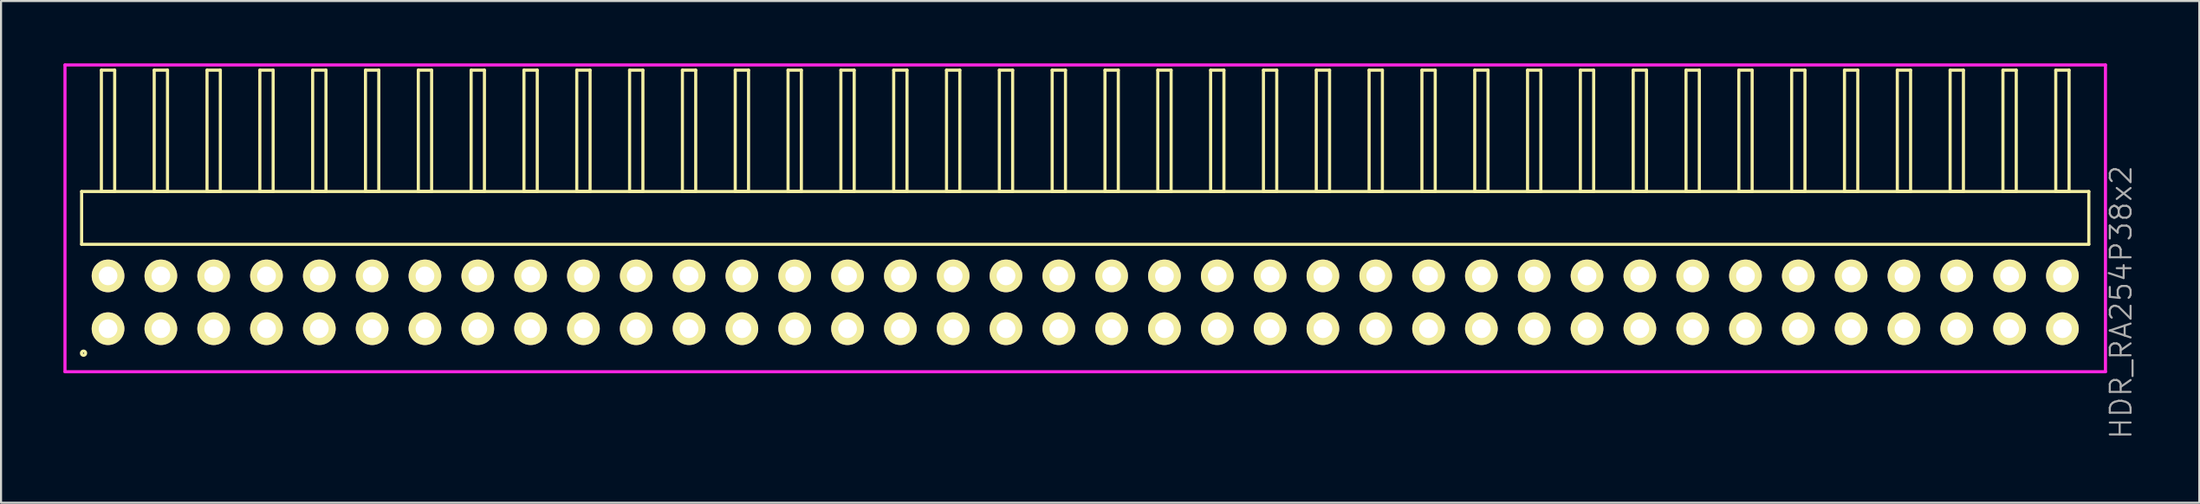
<source format=kicad_pcb>
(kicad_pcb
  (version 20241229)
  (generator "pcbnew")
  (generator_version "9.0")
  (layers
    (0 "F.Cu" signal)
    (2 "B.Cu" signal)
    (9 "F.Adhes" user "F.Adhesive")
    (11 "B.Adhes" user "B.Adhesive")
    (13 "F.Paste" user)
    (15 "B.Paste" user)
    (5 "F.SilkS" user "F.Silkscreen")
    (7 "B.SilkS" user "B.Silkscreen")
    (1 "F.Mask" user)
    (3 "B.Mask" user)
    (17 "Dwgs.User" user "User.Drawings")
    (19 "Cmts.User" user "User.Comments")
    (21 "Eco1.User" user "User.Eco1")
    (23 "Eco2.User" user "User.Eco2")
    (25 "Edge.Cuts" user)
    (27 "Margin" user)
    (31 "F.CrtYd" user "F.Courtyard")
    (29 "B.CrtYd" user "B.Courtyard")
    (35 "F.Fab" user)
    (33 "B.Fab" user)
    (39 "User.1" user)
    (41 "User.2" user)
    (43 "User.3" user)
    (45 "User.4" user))
  (footprint "HDR_RA254P38x2"
    (layer "F.Cu")
    (at 49.135 11.495)
    (property "Reference" "HDR_RA254P38x2" (at 49.81 0 90) (layer "F.Fab") (effects (font (size 1 1) (thickness 0.1))))
    (attr through_hole)
    (fp_line (start -48.26 -5.33) (end -48.26 -2.79) (stroke (width 0.15) (type solid)) (layer "F.SilkS"))
    (fp_line (start -48.26 -2.79) (end 48.26 -2.79) (stroke (width 0.15) (type solid)) (layer "F.SilkS"))
    (fp_line (start -47.31 -11.17) (end -47.31 -5.33) (stroke (width 0.15) (type solid)) (layer "F.SilkS"))
    (fp_line (start -47.31 -5.33) (end -46.67 -5.33) (stroke (width 0.15) (type solid)) (layer "F.SilkS"))
    (fp_line (start -46.67 -11.17) (end -47.31 -11.17) (stroke (width 0.15) (type solid)) (layer "F.SilkS"))
    (fp_line (start -46.67 -5.33) (end -46.67 -11.17) (stroke (width 0.15) (type solid)) (layer "F.SilkS"))
    (fp_line (start -44.77 -11.17) (end -44.77 -5.33) (stroke (width 0.15) (type solid)) (layer "F.SilkS"))
    (fp_line (start -44.77 -5.33) (end -44.13 -5.33) (stroke (width 0.15) (type solid)) (layer "F.SilkS"))
    (fp_line (start -44.13 -11.17) (end -44.77 -11.17) (stroke (width 0.15) (type solid)) (layer "F.SilkS"))
    (fp_line (start -44.13 -5.33) (end -44.13 -11.17) (stroke (width 0.15) (type solid)) (layer "F.SilkS"))
    (fp_line (start -42.23 -11.17) (end -42.23 -5.33) (stroke (width 0.15) (type solid)) (layer "F.SilkS"))
    (fp_line (start -42.23 -5.33) (end -41.59 -5.33) (stroke (width 0.15) (type solid)) (layer "F.SilkS"))
    (fp_line (start -41.59 -11.17) (end -42.23 -11.17) (stroke (width 0.15) (type solid)) (layer "F.SilkS"))
    (fp_line (start -41.59 -5.33) (end -41.59 -11.17) (stroke (width 0.15) (type solid)) (layer "F.SilkS"))
    (fp_line (start -39.69 -11.17) (end -39.69 -5.33) (stroke (width 0.15) (type solid)) (layer "F.SilkS"))
    (fp_line (start -39.69 -5.33) (end -39.05 -5.33) (stroke (width 0.15) (type solid)) (layer "F.SilkS"))
    (fp_line (start -39.05 -11.17) (end -39.69 -11.17) (stroke (width 0.15) (type solid)) (layer "F.SilkS"))
    (fp_line (start -39.05 -5.33) (end -39.05 -11.17) (stroke (width 0.15) (type solid)) (layer "F.SilkS"))
    (fp_line (start -37.15 -11.17) (end -37.15 -5.33) (stroke (width 0.15) (type solid)) (layer "F.SilkS"))
    (fp_line (start -37.15 -5.33) (end -36.51 -5.33) (stroke (width 0.15) (type solid)) (layer "F.SilkS"))
    (fp_line (start -36.51 -11.17) (end -37.15 -11.17) (stroke (width 0.15) (type solid)) (layer "F.SilkS"))
    (fp_line (start -36.51 -5.33) (end -36.51 -11.17) (stroke (width 0.15) (type solid)) (layer "F.SilkS"))
    (fp_line (start -34.61 -11.17) (end -34.61 -5.33) (stroke (width 0.15) (type solid)) (layer "F.SilkS"))
    (fp_line (start -34.61 -5.33) (end -33.97 -5.33) (stroke (width 0.15) (type solid)) (layer "F.SilkS"))
    (fp_line (start -33.97 -11.17) (end -34.61 -11.17) (stroke (width 0.15) (type solid)) (layer "F.SilkS"))
    (fp_line (start -33.97 -5.33) (end -33.97 -11.17) (stroke (width 0.15) (type solid)) (layer "F.SilkS"))
    (fp_line (start -32.07 -11.17) (end -32.07 -5.33) (stroke (width 0.15) (type solid)) (layer "F.SilkS"))
    (fp_line (start -32.07 -5.33) (end -31.43 -5.33) (stroke (width 0.15) (type solid)) (layer "F.SilkS"))
    (fp_line (start -31.43 -11.17) (end -32.07 -11.17) (stroke (width 0.15) (type solid)) (layer "F.SilkS"))
    (fp_line (start -31.43 -5.33) (end -31.43 -11.17) (stroke (width 0.15) (type solid)) (layer "F.SilkS"))
    (fp_line (start -29.53 -11.17) (end -29.53 -5.33) (stroke (width 0.15) (type solid)) (layer "F.SilkS"))
    (fp_line (start -29.53 -5.33) (end -28.89 -5.33) (stroke (width 0.15) (type solid)) (layer "F.SilkS"))
    (fp_line (start -28.89 -11.17) (end -29.53 -11.17) (stroke (width 0.15) (type solid)) (layer "F.SilkS"))
    (fp_line (start -28.89 -5.33) (end -28.89 -11.17) (stroke (width 0.15) (type solid)) (layer "F.SilkS"))
    (fp_line (start -26.99 -11.17) (end -26.99 -5.33) (stroke (width 0.15) (type solid)) (layer "F.SilkS"))
    (fp_line (start -26.99 -5.33) (end -26.35 -5.33) (stroke (width 0.15) (type solid)) (layer "F.SilkS"))
    (fp_line (start -26.35 -11.17) (end -26.99 -11.17) (stroke (width 0.15) (type solid)) (layer "F.SilkS"))
    (fp_line (start -26.35 -5.33) (end -26.35 -11.17) (stroke (width 0.15) (type solid)) (layer "F.SilkS"))
    (fp_line (start -24.45 -11.17) (end -24.45 -5.33) (stroke (width 0.15) (type solid)) (layer "F.SilkS"))
    (fp_line (start -24.45 -5.33) (end -23.81 -5.33) (stroke (width 0.15) (type solid)) (layer "F.SilkS"))
    (fp_line (start -23.81 -11.17) (end -24.45 -11.17) (stroke (width 0.15) (type solid)) (layer "F.SilkS"))
    (fp_line (start -23.81 -5.33) (end -23.81 -11.17) (stroke (width 0.15) (type solid)) (layer "F.SilkS"))
    (fp_line (start -21.91 -11.17) (end -21.91 -5.33) (stroke (width 0.15) (type solid)) (layer "F.SilkS"))
    (fp_line (start -21.91 -5.33) (end -21.27 -5.33) (stroke (width 0.15) (type solid)) (layer "F.SilkS"))
    (fp_line (start -21.27 -11.17) (end -21.91 -11.17) (stroke (width 0.15) (type solid)) (layer "F.SilkS"))
    (fp_line (start -21.27 -5.33) (end -21.27 -11.17) (stroke (width 0.15) (type solid)) (layer "F.SilkS"))
    (fp_line (start -19.37 -11.17) (end -19.37 -5.33) (stroke (width 0.15) (type solid)) (layer "F.SilkS"))
    (fp_line (start -19.37 -5.33) (end -18.73 -5.33) (stroke (width 0.15) (type solid)) (layer "F.SilkS"))
    (fp_line (start -18.73 -11.17) (end -19.37 -11.17) (stroke (width 0.15) (type solid)) (layer "F.SilkS"))
    (fp_line (start -18.73 -5.33) (end -18.73 -11.17) (stroke (width 0.15) (type solid)) (layer "F.SilkS"))
    (fp_line (start -16.83 -11.17) (end -16.83 -5.33) (stroke (width 0.15) (type solid)) (layer "F.SilkS"))
    (fp_line (start -16.83 -5.33) (end -16.19 -5.33) (stroke (width 0.15) (type solid)) (layer "F.SilkS"))
    (fp_line (start -16.19 -11.17) (end -16.83 -11.17) (stroke (width 0.15) (type solid)) (layer "F.SilkS"))
    (fp_line (start -16.19 -5.33) (end -16.19 -11.17) (stroke (width 0.15) (type solid)) (layer "F.SilkS"))
    (fp_line (start -14.29 -11.17) (end -14.29 -5.33) (stroke (width 0.15) (type solid)) (layer "F.SilkS"))
    (fp_line (start -14.29 -5.33) (end -13.65 -5.33) (stroke (width 0.15) (type solid)) (layer "F.SilkS"))
    (fp_line (start -13.65 -11.17) (end -14.29 -11.17) (stroke (width 0.15) (type solid)) (layer "F.SilkS"))
    (fp_line (start -13.65 -5.33) (end -13.65 -11.17) (stroke (width 0.15) (type solid)) (layer "F.SilkS"))
    (fp_line (start -11.75 -11.17) (end -11.75 -5.33) (stroke (width 0.15) (type solid)) (layer "F.SilkS"))
    (fp_line (start -11.75 -5.33) (end -11.11 -5.33) (stroke (width 0.15) (type solid)) (layer "F.SilkS"))
    (fp_line (start -11.11 -11.17) (end -11.75 -11.17) (stroke (width 0.15) (type solid)) (layer "F.SilkS"))
    (fp_line (start -11.11 -5.33) (end -11.11 -11.17) (stroke (width 0.15) (type solid)) (layer "F.SilkS"))
    (fp_line (start -9.21 -11.17) (end -9.21 -5.33) (stroke (width 0.15) (type solid)) (layer "F.SilkS"))
    (fp_line (start -9.21 -5.33) (end -8.57 -5.33) (stroke (width 0.15) (type solid)) (layer "F.SilkS"))
    (fp_line (start -8.57 -11.17) (end -9.21 -11.17) (stroke (width 0.15) (type solid)) (layer "F.SilkS"))
    (fp_line (start -8.57 -5.33) (end -8.57 -11.17) (stroke (width 0.15) (type solid)) (layer "F.SilkS"))
    (fp_line (start -6.67 -11.17) (end -6.67 -5.33) (stroke (width 0.15) (type solid)) (layer "F.SilkS"))
    (fp_line (start -6.67 -5.33) (end -6.03 -5.33) (stroke (width 0.15) (type solid)) (layer "F.SilkS"))
    (fp_line (start -6.03 -11.17) (end -6.67 -11.17) (stroke (width 0.15) (type solid)) (layer "F.SilkS"))
    (fp_line (start -6.03 -5.33) (end -6.03 -11.17) (stroke (width 0.15) (type solid)) (layer "F.SilkS"))
    (fp_line (start -4.13 -11.17) (end -4.13 -5.33) (stroke (width 0.15) (type solid)) (layer "F.SilkS"))
    (fp_line (start -4.13 -5.33) (end -3.49 -5.33) (stroke (width 0.15) (type solid)) (layer "F.SilkS"))
    (fp_line (start -3.49 -11.17) (end -4.13 -11.17) (stroke (width 0.15) (type solid)) (layer "F.SilkS"))
    (fp_line (start -3.49 -5.33) (end -3.49 -11.17) (stroke (width 0.15) (type solid)) (layer "F.SilkS"))
    (fp_line (start -1.59 -11.17) (end -1.59 -5.33) (stroke (width 0.15) (type solid)) (layer "F.SilkS"))
    (fp_line (start -1.59 -5.33) (end -0.95 -5.33) (stroke (width 0.15) (type solid)) (layer "F.SilkS"))
    (fp_line (start -0.95 -11.17) (end -1.59 -11.17) (stroke (width 0.15) (type solid)) (layer "F.SilkS"))
    (fp_line (start -0.95 -5.33) (end -0.95 -11.17) (stroke (width 0.15) (type solid)) (layer "F.SilkS"))
    (fp_line (start 0.95 -11.17) (end 0.95 -5.33) (stroke (width 0.15) (type solid)) (layer "F.SilkS"))
    (fp_line (start 0.95 -5.33) (end 1.59 -5.33) (stroke (width 0.15) (type solid)) (layer "F.SilkS"))
    (fp_line (start 1.59 -11.17) (end 0.95 -11.17) (stroke (width 0.15) (type solid)) (layer "F.SilkS"))
    (fp_line (start 1.59 -5.33) (end 1.59 -11.17) (stroke (width 0.15) (type solid)) (layer "F.SilkS"))
    (fp_line (start 3.49 -11.17) (end 3.49 -5.33) (stroke (width 0.15) (type solid)) (layer "F.SilkS"))
    (fp_line (start 3.49 -5.33) (end 4.13 -5.33) (stroke (width 0.15) (type solid)) (layer "F.SilkS"))
    (fp_line (start 4.13 -11.17) (end 3.49 -11.17) (stroke (width 0.15) (type solid)) (layer "F.SilkS"))
    (fp_line (start 4.13 -5.33) (end 4.13 -11.17) (stroke (width 0.15) (type solid)) (layer "F.SilkS"))
    (fp_line (start 6.03 -11.17) (end 6.03 -5.33) (stroke (width 0.15) (type solid)) (layer "F.SilkS"))
    (fp_line (start 6.03 -5.33) (end 6.67 -5.33) (stroke (width 0.15) (type solid)) (layer "F.SilkS"))
    (fp_line (start 6.67 -11.17) (end 6.03 -11.17) (stroke (width 0.15) (type solid)) (layer "F.SilkS"))
    (fp_line (start 6.67 -5.33) (end 6.67 -11.17) (stroke (width 0.15) (type solid)) (layer "F.SilkS"))
    (fp_line (start 8.57 -11.17) (end 8.57 -5.33) (stroke (width 0.15) (type solid)) (layer "F.SilkS"))
    (fp_line (start 8.57 -5.33) (end 9.21 -5.33) (stroke (width 0.15) (type solid)) (layer "F.SilkS"))
    (fp_line (start 9.21 -11.17) (end 8.57 -11.17) (stroke (width 0.15) (type solid)) (layer "F.SilkS"))
    (fp_line (start 9.21 -5.33) (end 9.21 -11.17) (stroke (width 0.15) (type solid)) (layer "F.SilkS"))
    (fp_line (start 11.11 -11.17) (end 11.11 -5.33) (stroke (width 0.15) (type solid)) (layer "F.SilkS"))
    (fp_line (start 11.11 -5.33) (end 11.75 -5.33) (stroke (width 0.15) (type solid)) (layer "F.SilkS"))
    (fp_line (start 11.75 -11.17) (end 11.11 -11.17) (stroke (width 0.15) (type solid)) (layer "F.SilkS"))
    (fp_line (start 11.75 -5.33) (end 11.75 -11.17) (stroke (width 0.15) (type solid)) (layer "F.SilkS"))
    (fp_line (start 13.65 -11.17) (end 13.65 -5.33) (stroke (width 0.15) (type solid)) (layer "F.SilkS"))
    (fp_line (start 13.65 -5.33) (end 14.29 -5.33) (stroke (width 0.15) (type solid)) (layer "F.SilkS"))
    (fp_line (start 14.29 -11.17) (end 13.65 -11.17) (stroke (width 0.15) (type solid)) (layer "F.SilkS"))
    (fp_line (start 14.29 -5.33) (end 14.29 -11.17) (stroke (width 0.15) (type solid)) (layer "F.SilkS"))
    (fp_line (start 16.19 -11.17) (end 16.19 -5.33) (stroke (width 0.15) (type solid)) (layer "F.SilkS"))
    (fp_line (start 16.19 -5.33) (end 16.83 -5.33) (stroke (width 0.15) (type solid)) (layer "F.SilkS"))
    (fp_line (start 16.83 -11.17) (end 16.19 -11.17) (stroke (width 0.15) (type solid)) (layer "F.SilkS"))
    (fp_line (start 16.83 -5.33) (end 16.83 -11.17) (stroke (width 0.15) (type solid)) (layer "F.SilkS"))
    (fp_line (start 18.73 -11.17) (end 18.73 -5.33) (stroke (width 0.15) (type solid)) (layer "F.SilkS"))
    (fp_line (start 18.73 -5.33) (end 19.37 -5.33) (stroke (width 0.15) (type solid)) (layer "F.SilkS"))
    (fp_line (start 19.37 -11.17) (end 18.73 -11.17) (stroke (width 0.15) (type solid)) (layer "F.SilkS"))
    (fp_line (start 19.37 -5.33) (end 19.37 -11.17) (stroke (width 0.15) (type solid)) (layer "F.SilkS"))
    (fp_line (start 21.27 -11.17) (end 21.27 -5.33) (stroke (width 0.15) (type solid)) (layer "F.SilkS"))
    (fp_line (start 21.27 -5.33) (end 21.91 -5.33) (stroke (width 0.15) (type solid)) (layer "F.SilkS"))
    (fp_line (start 21.91 -11.17) (end 21.27 -11.17) (stroke (width 0.15) (type solid)) (layer "F.SilkS"))
    (fp_line (start 21.91 -5.33) (end 21.91 -11.17) (stroke (width 0.15) (type solid)) (layer "F.SilkS"))
    (fp_line (start 23.81 -11.17) (end 23.81 -5.33) (stroke (width 0.15) (type solid)) (layer "F.SilkS"))
    (fp_line (start 23.81 -5.33) (end 24.45 -5.33) (stroke (width 0.15) (type solid)) (layer "F.SilkS"))
    (fp_line (start 24.45 -11.17) (end 23.81 -11.17) (stroke (width 0.15) (type solid)) (layer "F.SilkS"))
    (fp_line (start 24.45 -5.33) (end 24.45 -11.17) (stroke (width 0.15) (type solid)) (layer "F.SilkS"))
    (fp_line (start 26.35 -11.17) (end 26.35 -5.33) (stroke (width 0.15) (type solid)) (layer "F.SilkS"))
    (fp_line (start 26.35 -5.33) (end 26.99 -5.33) (stroke (width 0.15) (type solid)) (layer "F.SilkS"))
    (fp_line (start 26.99 -11.17) (end 26.35 -11.17) (stroke (width 0.15) (type solid)) (layer "F.SilkS"))
    (fp_line (start 26.99 -5.33) (end 26.99 -11.17) (stroke (width 0.15) (type solid)) (layer "F.SilkS"))
    (fp_line (start 28.89 -11.17) (end 28.89 -5.33) (stroke (width 0.15) (type solid)) (layer "F.SilkS"))
    (fp_line (start 28.89 -5.33) (end 29.53 -5.33) (stroke (width 0.15) (type solid)) (layer "F.SilkS"))
    (fp_line (start 29.53 -11.17) (end 28.89 -11.17) (stroke (width 0.15) (type solid)) (layer "F.SilkS"))
    (fp_line (start 29.53 -5.33) (end 29.53 -11.17) (stroke (width 0.15) (type solid)) (layer "F.SilkS"))
    (fp_line (start 31.43 -11.17) (end 31.43 -5.33) (stroke (width 0.15) (type solid)) (layer "F.SilkS"))
    (fp_line (start 31.43 -5.33) (end 32.07 -5.33) (stroke (width 0.15) (type solid)) (layer "F.SilkS"))
    (fp_line (start 32.07 -11.17) (end 31.43 -11.17) (stroke (width 0.15) (type solid)) (layer "F.SilkS"))
    (fp_line (start 32.07 -5.33) (end 32.07 -11.17) (stroke (width 0.15) (type solid)) (layer "F.SilkS"))
    (fp_line (start 33.97 -11.17) (end 33.97 -5.33) (stroke (width 0.15) (type solid)) (layer "F.SilkS"))
    (fp_line (start 33.97 -5.33) (end 34.61 -5.33) (stroke (width 0.15) (type solid)) (layer "F.SilkS"))
    (fp_line (start 34.61 -11.17) (end 33.97 -11.17) (stroke (width 0.15) (type solid)) (layer "F.SilkS"))
    (fp_line (start 34.61 -5.33) (end 34.61 -11.17) (stroke (width 0.15) (type solid)) (layer "F.SilkS"))
    (fp_line (start 36.51 -11.17) (end 36.51 -5.33) (stroke (width 0.15) (type solid)) (layer "F.SilkS"))
    (fp_line (start 36.51 -5.33) (end 37.15 -5.33) (stroke (width 0.15) (type solid)) (layer "F.SilkS"))
    (fp_line (start 37.15 -11.17) (end 36.51 -11.17) (stroke (width 0.15) (type solid)) (layer "F.SilkS"))
    (fp_line (start 37.15 -5.33) (end 37.15 -11.17) (stroke (width 0.15) (type solid)) (layer "F.SilkS"))
    (fp_line (start 39.05 -11.17) (end 39.05 -5.33) (stroke (width 0.15) (type solid)) (layer "F.SilkS"))
    (fp_line (start 39.05 -5.33) (end 39.69 -5.33) (stroke (width 0.15) (type solid)) (layer "F.SilkS"))
    (fp_line (start 39.69 -11.17) (end 39.05 -11.17) (stroke (width 0.15) (type solid)) (layer "F.SilkS"))
    (fp_line (start 39.69 -5.33) (end 39.69 -11.17) (stroke (width 0.15) (type solid)) (layer "F.SilkS"))
    (fp_line (start 41.59 -11.17) (end 41.59 -5.33) (stroke (width 0.15) (type solid)) (layer "F.SilkS"))
    (fp_line (start 41.59 -5.33) (end 42.23 -5.33) (stroke (width 0.15) (type solid)) (layer "F.SilkS"))
    (fp_line (start 42.23 -11.17) (end 41.59 -11.17) (stroke (width 0.15) (type solid)) (layer "F.SilkS"))
    (fp_line (start 42.23 -5.33) (end 42.23 -11.17) (stroke (width 0.15) (type solid)) (layer "F.SilkS"))
    (fp_line (start 44.13 -11.17) (end 44.13 -5.33) (stroke (width 0.15) (type solid)) (layer "F.SilkS"))
    (fp_line (start 44.13 -5.33) (end 44.77 -5.33) (stroke (width 0.15) (type solid)) (layer "F.SilkS"))
    (fp_line (start 44.77 -11.17) (end 44.13 -11.17) (stroke (width 0.15) (type solid)) (layer "F.SilkS"))
    (fp_line (start 44.77 -5.33) (end 44.77 -11.17) (stroke (width 0.15) (type solid)) (layer "F.SilkS"))
    (fp_line (start 46.67 -11.17) (end 46.67 -5.33) (stroke (width 0.15) (type solid)) (layer "F.SilkS"))
    (fp_line (start 46.67 -5.33) (end 47.31 -5.33) (stroke (width 0.15) (type solid)) (layer "F.SilkS"))
    (fp_line (start 47.31 -11.17) (end 46.67 -11.17) (stroke (width 0.15) (type solid)) (layer "F.SilkS"))
    (fp_line (start 47.31 -5.33) (end 47.31 -11.17) (stroke (width 0.15) (type solid)) (layer "F.SilkS"))
    (fp_line (start 48.26 -5.33) (end -48.26 -5.33) (stroke (width 0.15) (type solid)) (layer "F.SilkS"))
    (fp_line (start 48.26 -2.79) (end 48.26 -5.33) (stroke (width 0.15) (type solid)) (layer "F.SilkS"))
    (fp_circle (center -48.168 2.448) (end -48.067 2.448) (stroke (width 0.15) (type solid)) (fill no) (layer "F.SilkS"))
    (fp_line (start -49.06 -11.42) (end -49.06 3.34) (stroke (width 0.15) (type solid)) (layer "F.CrtYd"))
    (fp_line (start -49.06 3.34) (end 49.06 3.34) (stroke (width 0.15) (type solid)) (layer "F.CrtYd"))
    (fp_line (start 49.06 -11.42) (end -49.06 -11.42) (stroke (width 0.15) (type solid)) (layer "F.CrtYd"))
    (fp_line (start 49.06 3.34) (end 49.06 -11.42) (stroke (width 0.15) (type solid)) (layer "F.CrtYd"))
    (pad "1" thru_hole oval (at -46.99 1.27) (size 1.57 1.57) (drill 0.9) (layers "*.Cu" "*.Mask" "F.SilkS"))
    (pad "2" thru_hole oval (at -46.99 -1.27) (size 1.57 1.57) (drill 0.9) (layers "*.Cu" "*.Mask" "F.SilkS"))
    (pad "3" thru_hole oval (at -44.45 1.27) (size 1.57 1.57) (drill 0.9) (layers "*.Cu" "*.Mask" "F.SilkS"))
    (pad "4" thru_hole oval (at -44.45 -1.27) (size 1.57 1.57) (drill 0.9) (layers "*.Cu" "*.Mask" "F.SilkS"))
    (pad "5" thru_hole oval (at -41.91 1.27) (size 1.57 1.57) (drill 0.9) (layers "*.Cu" "*.Mask" "F.SilkS"))
    (pad "6" thru_hole oval (at -41.91 -1.27) (size 1.57 1.57) (drill 0.9) (layers "*.Cu" "*.Mask" "F.SilkS"))
    (pad "7" thru_hole oval (at -39.37 1.27) (size 1.57 1.57) (drill 0.9) (layers "*.Cu" "*.Mask" "F.SilkS"))
    (pad "8" thru_hole oval (at -39.37 -1.27) (size 1.57 1.57) (drill 0.9) (layers "*.Cu" "*.Mask" "F.SilkS"))
    (pad "9" thru_hole oval (at -36.83 1.27) (size 1.57 1.57) (drill 0.9) (layers "*.Cu" "*.Mask" "F.SilkS"))
    (pad "10" thru_hole oval (at -36.83 -1.27) (size 1.57 1.57) (drill 0.9) (layers "*.Cu" "*.Mask" "F.SilkS"))
    (pad "11" thru_hole oval (at -34.29 1.27) (size 1.57 1.57) (drill 0.9) (layers "*.Cu" "*.Mask" "F.SilkS"))
    (pad "12" thru_hole oval (at -34.29 -1.27) (size 1.57 1.57) (drill 0.9) (layers "*.Cu" "*.Mask" "F.SilkS"))
    (pad "13" thru_hole oval (at -31.75 1.27) (size 1.57 1.57) (drill 0.9) (layers "*.Cu" "*.Mask" "F.SilkS"))
    (pad "14" thru_hole oval (at -31.75 -1.27) (size 1.57 1.57) (drill 0.9) (layers "*.Cu" "*.Mask" "F.SilkS"))
    (pad "15" thru_hole oval (at -29.21 1.27) (size 1.57 1.57) (drill 0.9) (layers "*.Cu" "*.Mask" "F.SilkS"))
    (pad "16" thru_hole oval (at -29.21 -1.27) (size 1.57 1.57) (drill 0.9) (layers "*.Cu" "*.Mask" "F.SilkS"))
    (pad "17" thru_hole oval (at -26.67 1.27) (size 1.57 1.57) (drill 0.9) (layers "*.Cu" "*.Mask" "F.SilkS"))
    (pad "18" thru_hole oval (at -26.67 -1.27) (size 1.57 1.57) (drill 0.9) (layers "*.Cu" "*.Mask" "F.SilkS"))
    (pad "19" thru_hole oval (at -24.13 1.27) (size 1.57 1.57) (drill 0.9) (layers "*.Cu" "*.Mask" "F.SilkS"))
    (pad "20" thru_hole oval (at -24.13 -1.27) (size 1.57 1.57) (drill 0.9) (layers "*.Cu" "*.Mask" "F.SilkS"))
    (pad "21" thru_hole oval (at -21.59 1.27) (size 1.57 1.57) (drill 0.9) (layers "*.Cu" "*.Mask" "F.SilkS"))
    (pad "22" thru_hole oval (at -21.59 -1.27) (size 1.57 1.57) (drill 0.9) (layers "*.Cu" "*.Mask" "F.SilkS"))
    (pad "23" thru_hole oval (at -19.05 1.27) (size 1.57 1.57) (drill 0.9) (layers "*.Cu" "*.Mask" "F.SilkS"))
    (pad "24" thru_hole oval (at -19.05 -1.27) (size 1.57 1.57) (drill 0.9) (layers "*.Cu" "*.Mask" "F.SilkS"))
    (pad "25" thru_hole oval (at -16.51 1.27) (size 1.57 1.57) (drill 0.9) (layers "*.Cu" "*.Mask" "F.SilkS"))
    (pad "26" thru_hole oval (at -16.51 -1.27) (size 1.57 1.57) (drill 0.9) (layers "*.Cu" "*.Mask" "F.SilkS"))
    (pad "27" thru_hole oval (at -13.97 1.27) (size 1.57 1.57) (drill 0.9) (layers "*.Cu" "*.Mask" "F.SilkS"))
    (pad "28" thru_hole oval (at -13.97 -1.27) (size 1.57 1.57) (drill 0.9) (layers "*.Cu" "*.Mask" "F.SilkS"))
    (pad "29" thru_hole oval (at -11.43 1.27) (size 1.57 1.57) (drill 0.9) (layers "*.Cu" "*.Mask" "F.SilkS"))
    (pad "30" thru_hole oval (at -11.43 -1.27) (size 1.57 1.57) (drill 0.9) (layers "*.Cu" "*.Mask" "F.SilkS"))
    (pad "31" thru_hole oval (at -8.89 1.27) (size 1.57 1.57) (drill 0.9) (layers "*.Cu" "*.Mask" "F.SilkS"))
    (pad "32" thru_hole oval (at -8.89 -1.27) (size 1.57 1.57) (drill 0.9) (layers "*.Cu" "*.Mask" "F.SilkS"))
    (pad "33" thru_hole oval (at -6.35 1.27) (size 1.57 1.57) (drill 0.9) (layers "*.Cu" "*.Mask" "F.SilkS"))
    (pad "34" thru_hole oval (at -6.35 -1.27) (size 1.57 1.57) (drill 0.9) (layers "*.Cu" "*.Mask" "F.SilkS"))
    (pad "35" thru_hole oval (at -3.81 1.27) (size 1.57 1.57) (drill 0.9) (layers "*.Cu" "*.Mask" "F.SilkS"))
    (pad "36" thru_hole oval (at -3.81 -1.27) (size 1.57 1.57) (drill 0.9) (layers "*.Cu" "*.Mask" "F.SilkS"))
    (pad "37" thru_hole oval (at -1.27 1.27) (size 1.57 1.57) (drill 0.9) (layers "*.Cu" "*.Mask" "F.SilkS"))
    (pad "38" thru_hole oval (at -1.27 -1.27) (size 1.57 1.57) (drill 0.9) (layers "*.Cu" "*.Mask" "F.SilkS"))
    (pad "39" thru_hole oval (at 1.27 1.27) (size 1.57 1.57) (drill 0.9) (layers "*.Cu" "*.Mask" "F.SilkS"))
    (pad "40" thru_hole oval (at 1.27 -1.27) (size 1.57 1.57) (drill 0.9) (layers "*.Cu" "*.Mask" "F.SilkS"))
    (pad "41" thru_hole oval (at 3.81 1.27) (size 1.57 1.57) (drill 0.9) (layers "*.Cu" "*.Mask" "F.SilkS"))
    (pad "42" thru_hole oval (at 3.81 -1.27) (size 1.57 1.57) (drill 0.9) (layers "*.Cu" "*.Mask" "F.SilkS"))
    (pad "43" thru_hole oval (at 6.35 1.27) (size 1.57 1.57) (drill 0.9) (layers "*.Cu" "*.Mask" "F.SilkS"))
    (pad "44" thru_hole oval (at 6.35 -1.27) (size 1.57 1.57) (drill 0.9) (layers "*.Cu" "*.Mask" "F.SilkS"))
    (pad "45" thru_hole oval (at 8.89 1.27) (size 1.57 1.57) (drill 0.9) (layers "*.Cu" "*.Mask" "F.SilkS"))
    (pad "46" thru_hole oval (at 8.89 -1.27) (size 1.57 1.57) (drill 0.9) (layers "*.Cu" "*.Mask" "F.SilkS"))
    (pad "47" thru_hole oval (at 11.43 1.27) (size 1.57 1.57) (drill 0.9) (layers "*.Cu" "*.Mask" "F.SilkS"))
    (pad "48" thru_hole oval (at 11.43 -1.27) (size 1.57 1.57) (drill 0.9) (layers "*.Cu" "*.Mask" "F.SilkS"))
    (pad "49" thru_hole oval (at 13.97 1.27) (size 1.57 1.57) (drill 0.9) (layers "*.Cu" "*.Mask" "F.SilkS"))
    (pad "50" thru_hole oval (at 13.97 -1.27) (size 1.57 1.57) (drill 0.9) (layers "*.Cu" "*.Mask" "F.SilkS"))
    (pad "51" thru_hole oval (at 16.51 1.27) (size 1.57 1.57) (drill 0.9) (layers "*.Cu" "*.Mask" "F.SilkS"))
    (pad "52" thru_hole oval (at 16.51 -1.27) (size 1.57 1.57) (drill 0.9) (layers "*.Cu" "*.Mask" "F.SilkS"))
    (pad "53" thru_hole oval (at 19.05 1.27) (size 1.57 1.57) (drill 0.9) (layers "*.Cu" "*.Mask" "F.SilkS"))
    (pad "54" thru_hole oval (at 19.05 -1.27) (size 1.57 1.57) (drill 0.9) (layers "*.Cu" "*.Mask" "F.SilkS"))
    (pad "55" thru_hole oval (at 21.59 1.27) (size 1.57 1.57) (drill 0.9) (layers "*.Cu" "*.Mask" "F.SilkS"))
    (pad "56" thru_hole oval (at 21.59 -1.27) (size 1.57 1.57) (drill 0.9) (layers "*.Cu" "*.Mask" "F.SilkS"))
    (pad "57" thru_hole oval (at 24.13 1.27) (size 1.57 1.57) (drill 0.9) (layers "*.Cu" "*.Mask" "F.SilkS"))
    (pad "58" thru_hole oval (at 24.13 -1.27) (size 1.57 1.57) (drill 0.9) (layers "*.Cu" "*.Mask" "F.SilkS"))
    (pad "59" thru_hole oval (at 26.67 1.27) (size 1.57 1.57) (drill 0.9) (layers "*.Cu" "*.Mask" "F.SilkS"))
    (pad "60" thru_hole oval (at 26.67 -1.27) (size 1.57 1.57) (drill 0.9) (layers "*.Cu" "*.Mask" "F.SilkS"))
    (pad "61" thru_hole oval (at 29.21 1.27) (size 1.57 1.57) (drill 0.9) (layers "*.Cu" "*.Mask" "F.SilkS"))
    (pad "62" thru_hole oval (at 29.21 -1.27) (size 1.57 1.57) (drill 0.9) (layers "*.Cu" "*.Mask" "F.SilkS"))
    (pad "63" thru_hole oval (at 31.75 1.27) (size 1.57 1.57) (drill 0.9) (layers "*.Cu" "*.Mask" "F.SilkS"))
    (pad "64" thru_hole oval (at 31.75 -1.27) (size 1.57 1.57) (drill 0.9) (layers "*.Cu" "*.Mask" "F.SilkS"))
    (pad "65" thru_hole oval (at 34.29 1.27) (size 1.57 1.57) (drill 0.9) (layers "*.Cu" "*.Mask" "F.SilkS"))
    (pad "66" thru_hole oval (at 34.29 -1.27) (size 1.57 1.57) (drill 0.9) (layers "*.Cu" "*.Mask" "F.SilkS"))
    (pad "67" thru_hole oval (at 36.83 1.27) (size 1.57 1.57) (drill 0.9) (layers "*.Cu" "*.Mask" "F.SilkS"))
    (pad "68" thru_hole oval (at 36.83 -1.27) (size 1.57 1.57) (drill 0.9) (layers "*.Cu" "*.Mask" "F.SilkS"))
    (pad "69" thru_hole oval (at 39.37 1.27) (size 1.57 1.57) (drill 0.9) (layers "*.Cu" "*.Mask" "F.SilkS"))
    (pad "70" thru_hole oval (at 39.37 -1.27) (size 1.57 1.57) (drill 0.9) (layers "*.Cu" "*.Mask" "F.SilkS"))
    (pad "71" thru_hole oval (at 41.91 1.27) (size 1.57 1.57) (drill 0.9) (layers "*.Cu" "*.Mask" "F.SilkS"))
    (pad "72" thru_hole oval (at 41.91 -1.27) (size 1.57 1.57) (drill 0.9) (layers "*.Cu" "*.Mask" "F.SilkS"))
    (pad "73" thru_hole oval (at 44.45 1.27) (size 1.57 1.57) (drill 0.9) (layers "*.Cu" "*.Mask" "F.SilkS"))
    (pad "74" thru_hole oval (at 44.45 -1.27) (size 1.57 1.57) (drill 0.9) (layers "*.Cu" "*.Mask" "F.SilkS"))
    (pad "75" thru_hole oval (at 46.99 1.27) (size 1.57 1.57) (drill 0.9) (layers "*.Cu" "*.Mask" "F.SilkS"))
    (pad "76" thru_hole oval (at 46.99 -1.27) (size 1.57 1.57) (drill 0.9) (layers "*.Cu" "*.Mask" "F.SilkS")))
  (gr_rect
    (start -3 -3)
    (end 102.706 21.14)
    (stroke (width 0.1) (type default))
    (fill no)
    (layer "Edge.Cuts")))
</source>
